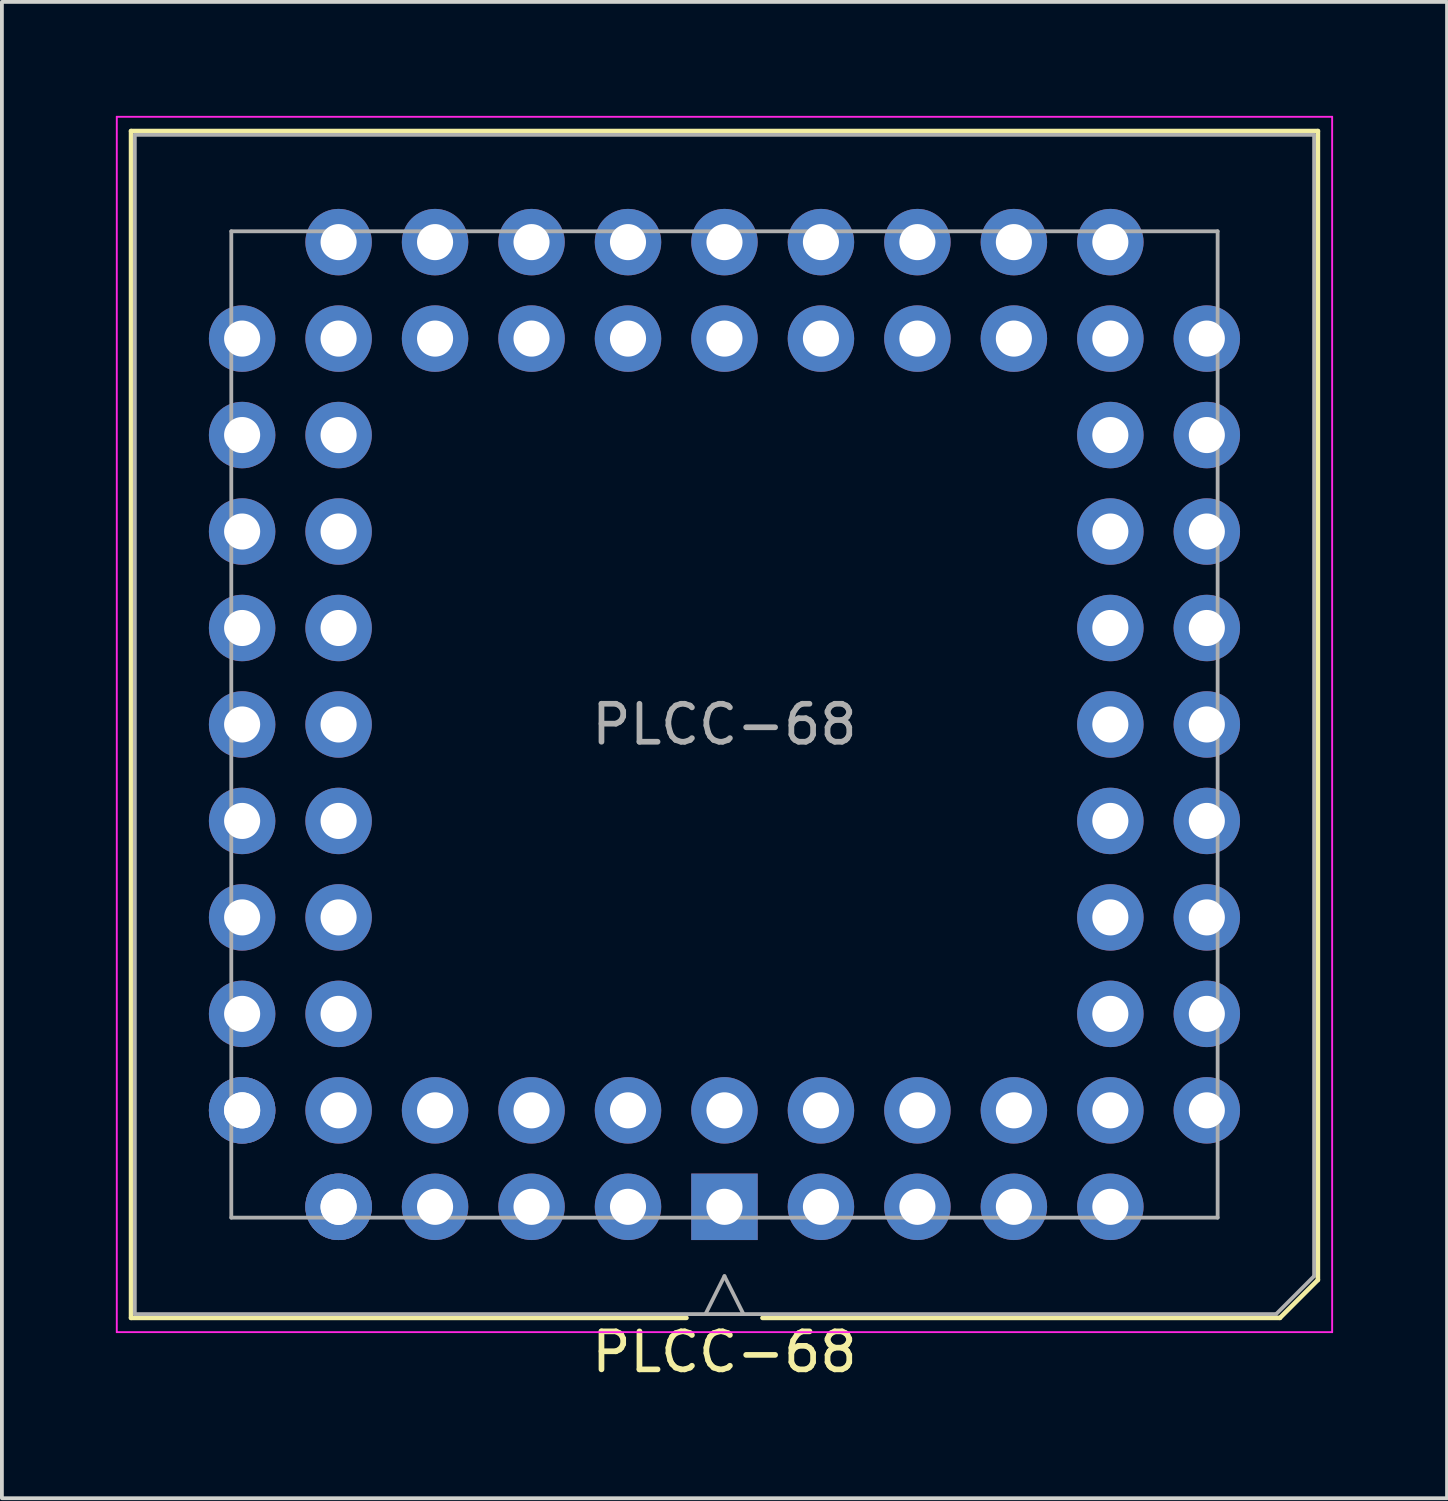
<source format=kicad_pcb>
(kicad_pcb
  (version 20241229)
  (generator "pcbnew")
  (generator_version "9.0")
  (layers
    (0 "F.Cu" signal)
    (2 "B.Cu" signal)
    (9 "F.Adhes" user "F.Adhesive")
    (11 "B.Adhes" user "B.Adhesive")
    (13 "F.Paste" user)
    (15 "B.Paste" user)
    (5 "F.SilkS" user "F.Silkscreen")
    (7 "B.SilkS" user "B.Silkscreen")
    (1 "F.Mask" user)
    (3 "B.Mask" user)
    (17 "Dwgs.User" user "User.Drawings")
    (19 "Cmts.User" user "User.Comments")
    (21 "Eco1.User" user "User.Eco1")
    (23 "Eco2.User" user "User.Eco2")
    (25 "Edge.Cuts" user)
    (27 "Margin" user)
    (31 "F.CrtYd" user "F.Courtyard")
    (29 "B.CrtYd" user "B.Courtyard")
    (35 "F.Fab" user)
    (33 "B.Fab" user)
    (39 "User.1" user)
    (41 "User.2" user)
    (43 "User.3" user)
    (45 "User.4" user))
  (footprint "PLCC-68"
    (layer "F.Cu")
    (at 16.025 28.725)
    (property "Reference" "PLCC-68" (at 0 3.825 180) (layer "F.SilkS") (effects (font (size 1 1) (thickness 0.15))))
    (attr through_hole)
    (fp_line (start -15.625 -28.325) (end -15.625 2.925) (stroke (width 0.12) (type solid)) (layer "F.SilkS"))
    (fp_line (start -15.625 2.925) (end -1 2.925) (stroke (width 0.12) (type solid)) (layer "F.SilkS"))
    (fp_line (start 1 2.925) (end 14.625 2.925) (stroke (width 0.12) (type solid)) (layer "F.SilkS"))
    (fp_line (start 14.625 2.925) (end 15.625 1.925) (stroke (width 0.12) (type solid)) (layer "F.SilkS"))
    (fp_line (start 15.625 -28.325) (end -15.625 -28.325) (stroke (width 0.12) (type solid)) (layer "F.SilkS"))
    (fp_line (start 15.625 1.925) (end 15.625 -28.325) (stroke (width 0.12) (type solid)) (layer "F.SilkS"))
    (fp_line (start -16 -28.7) (end -16 3.3) (stroke (width 0.05) (type solid)) (layer "F.CrtYd"))
    (fp_line (start -16 3.3) (end 16 3.3) (stroke (width 0.05) (type solid)) (layer "F.CrtYd"))
    (fp_line (start 16 -28.7) (end -16 -28.7) (stroke (width 0.05) (type solid)) (layer "F.CrtYd"))
    (fp_line (start 16 3.3) (end 16 -28.7) (stroke (width 0.05) (type solid)) (layer "F.CrtYd"))
    (fp_line (start -15.525 -28.225) (end -15.525 2.825) (stroke (width 0.1) (type solid)) (layer "F.Fab"))
    (fp_line (start -15.525 2.825) (end 14.525 2.825) (stroke (width 0.1) (type solid)) (layer "F.Fab"))
    (fp_line (start -12.985 -25.685) (end -12.985 0.285) (stroke (width 0.1) (type solid)) (layer "F.Fab"))
    (fp_line (start -12.985 0.285) (end 12.985 0.285) (stroke (width 0.1) (type solid)) (layer "F.Fab"))
    (fp_line (start 0 1.825) (end -0.5 2.825) (stroke (width 0.1) (type solid)) (layer "F.Fab"))
    (fp_line (start 0.5 2.825) (end 0 1.825) (stroke (width 0.1) (type solid)) (layer "F.Fab"))
    (fp_line (start 12.985 -25.685) (end -12.985 -25.685) (stroke (width 0.1) (type solid)) (layer "F.Fab"))
    (fp_line (start 12.985 0.285) (end 12.985 -25.685) (stroke (width 0.1) (type solid)) (layer "F.Fab"))
    (fp_line (start 14.525 2.825) (end 15.525 1.825) (stroke (width 0.1) (type solid)) (layer "F.Fab"))
    (fp_line (start 15.525 -28.225) (end -15.525 -28.225) (stroke (width 0.1) (type solid)) (layer "F.Fab"))
    (fp_line (start 15.525 1.825) (end 15.525 -28.225) (stroke (width 0.1) (type solid)) (layer "F.Fab"))
    (fp_text user "${REFERENCE}" (at 0 -12.7 180) (layer "F.Fab") (effects (font (size 1 1) (thickness 0.15))))
    (pad "1" thru_hole rect (at 0 0 180) (size 1.75 1.75) (drill 0.95) (layers "*.Cu" "*.Mask"))
    (pad "2" thru_hole circle (at 0 -2.54 180) (size 1.75 1.75) (drill 0.95) (layers "*.Cu" "*.Mask"))
    (pad "3" thru_hole circle (at 2.54 0 180) (size 1.75 1.75) (drill 0.95) (layers "*.Cu" "*.Mask"))
    (pad "4" thru_hole circle (at 2.54 -2.54 180) (size 1.75 1.75) (drill 0.95) (layers "*.Cu" "*.Mask"))
    (pad "5" thru_hole circle (at 5.08 0 180) (size 1.75 1.75) (drill 0.95) (layers "*.Cu" "*.Mask"))
    (pad "6" thru_hole circle (at 5.08 -2.54 180) (size 1.75 1.75) (drill 0.95) (layers "*.Cu" "*.Mask"))
    (pad "7" thru_hole circle (at 7.62 0 180) (size 1.75 1.75) (drill 0.95) (layers "*.Cu" "*.Mask"))
    (pad "8" thru_hole circle (at 7.62 -2.54 180) (size 1.75 1.75) (drill 0.95) (layers "*.Cu" "*.Mask"))
    (pad "9" thru_hole circle (at 10.16 0 180) (size 1.75 1.75) (drill 0.95) (layers "*.Cu" "*.Mask"))
    (pad "10" thru_hole circle (at 12.7 -2.54 180) (size 1.75 1.75) (drill 0.95) (layers "*.Cu" "*.Mask"))
    (pad "11" thru_hole circle (at 10.16 -2.54 180) (size 1.75 1.75) (drill 0.95) (layers "*.Cu" "*.Mask"))
    (pad "12" thru_hole circle (at 12.7 -5.08 180) (size 1.75 1.75) (drill 0.95) (layers "*.Cu" "*.Mask"))
    (pad "13" thru_hole circle (at 10.16 -5.08 180) (size 1.75 1.75) (drill 0.95) (layers "*.Cu" "*.Mask"))
    (pad "14" thru_hole circle (at 12.7 -7.62 180) (size 1.75 1.75) (drill 0.95) (layers "*.Cu" "*.Mask"))
    (pad "15" thru_hole circle (at 10.16 -7.62 180) (size 1.75 1.75) (drill 0.95) (layers "*.Cu" "*.Mask"))
    (pad "16" thru_hole circle (at 12.7 -10.16 180) (size 1.75 1.75) (drill 0.95) (layers "*.Cu" "*.Mask"))
    (pad "17" thru_hole circle (at 10.16 -10.16 180) (size 1.75 1.75) (drill 0.95) (layers "*.Cu" "*.Mask"))
    (pad "18" thru_hole circle (at 12.7 -12.7 180) (size 1.75 1.75) (drill 0.95) (layers "*.Cu" "*.Mask"))
    (pad "19" thru_hole circle (at 10.16 -12.7 180) (size 1.75 1.75) (drill 0.95) (layers "*.Cu" "*.Mask"))
    (pad "20" thru_hole circle (at 12.7 -15.24 180) (size 1.75 1.75) (drill 0.95) (layers "*.Cu" "*.Mask"))
    (pad "21" thru_hole circle (at 10.16 -15.24 180) (size 1.75 1.75) (drill 0.95) (layers "*.Cu" "*.Mask"))
    (pad "22" thru_hole circle (at 12.7 -17.78 180) (size 1.75 1.75) (drill 0.95) (layers "*.Cu" "*.Mask"))
    (pad "23" thru_hole circle (at 10.16 -17.78 180) (size 1.75 1.75) (drill 0.95) (layers "*.Cu" "*.Mask"))
    (pad "24" thru_hole circle (at 12.7 -20.32 180) (size 1.75 1.75) (drill 0.95) (layers "*.Cu" "*.Mask"))
    (pad "25" thru_hole circle (at 10.16 -20.32 180) (size 1.75 1.75) (drill 0.95) (layers "*.Cu" "*.Mask"))
    (pad "26" thru_hole circle (at 12.7 -22.86 180) (size 1.75 1.75) (drill 0.95) (layers "*.Cu" "*.Mask"))
    (pad "27" thru_hole circle (at 10.16 -25.4 180) (size 1.75 1.75) (drill 0.95) (layers "*.Cu" "*.Mask"))
    (pad "28" thru_hole circle (at 10.16 -22.86 180) (size 1.75 1.75) (drill 0.95) (layers "*.Cu" "*.Mask"))
    (pad "29" thru_hole circle (at 7.62 -25.4 180) (size 1.75 1.75) (drill 0.95) (layers "*.Cu" "*.Mask"))
    (pad "30" thru_hole circle (at 7.62 -22.86 180) (size 1.75 1.75) (drill 0.95) (layers "*.Cu" "*.Mask"))
    (pad "31" thru_hole circle (at 5.08 -25.4 180) (size 1.75 1.75) (drill 0.95) (layers "*.Cu" "*.Mask"))
    (pad "32" thru_hole circle (at 5.08 -22.86 180) (size 1.75 1.75) (drill 0.95) (layers "*.Cu" "*.Mask"))
    (pad "33" thru_hole circle (at 2.54 -25.4 180) (size 1.75 1.75) (drill 0.95) (layers "*.Cu" "*.Mask"))
    (pad "34" thru_hole circle (at 2.54 -22.86 180) (size 1.75 1.75) (drill 0.95) (layers "*.Cu" "*.Mask"))
    (pad "35" thru_hole circle (at 0 -25.4 180) (size 1.75 1.75) (drill 0.95) (layers "*.Cu" "*.Mask"))
    (pad "36" thru_hole circle (at 0 -22.86 180) (size 1.75 1.75) (drill 0.95) (layers "*.Cu" "*.Mask"))
    (pad "37" thru_hole circle (at -2.54 -25.4 180) (size 1.75 1.75) (drill 0.95) (layers "*.Cu" "*.Mask"))
    (pad "38" thru_hole circle (at -2.54 -22.86 180) (size 1.75 1.75) (drill 0.95) (layers "*.Cu" "*.Mask"))
    (pad "39" thru_hole circle (at -5.08 -25.4 180) (size 1.75 1.75) (drill 0.95) (layers "*.Cu" "*.Mask"))
    (pad "40" thru_hole circle (at -5.08 -22.86 180) (size 1.75 1.75) (drill 0.95) (layers "*.Cu" "*.Mask"))
    (pad "41" thru_hole circle (at -7.62 -25.4 180) (size 1.75 1.75) (drill 0.95) (layers "*.Cu" "*.Mask"))
    (pad "42" thru_hole circle (at -7.62 -22.86 180) (size 1.75 1.75) (drill 0.95) (layers "*.Cu" "*.Mask"))
    (pad "43" thru_hole circle (at -10.16 -25.4 180) (size 1.75 1.75) (drill 0.95) (layers "*.Cu" "*.Mask"))
    (pad "44" thru_hole circle (at -12.7 -22.86 180) (size 1.75 1.75) (drill 0.95) (layers "*.Cu" "*.Mask"))
    (pad "45" thru_hole circle (at -10.16 -22.86 180) (size 1.75 1.75) (drill 0.95) (layers "*.Cu" "*.Mask"))
    (pad "46" thru_hole circle (at -12.7 -20.32 180) (size 1.75 1.75) (drill 0.95) (layers "*.Cu" "*.Mask"))
    (pad "47" thru_hole circle (at -10.16 -20.32 180) (size 1.75 1.75) (drill 0.95) (layers "*.Cu" "*.Mask"))
    (pad "48" thru_hole circle (at -12.7 -17.78 180) (size 1.75 1.75) (drill 0.95) (layers "*.Cu" "*.Mask"))
    (pad "49" thru_hole circle (at -10.16 -17.78 180) (size 1.75 1.75) (drill 0.95) (layers "*.Cu" "*.Mask"))
    (pad "50" thru_hole circle (at -12.7 -15.24 180) (size 1.75 1.75) (drill 0.95) (layers "*.Cu" "*.Mask"))
    (pad "51" thru_hole circle (at -10.16 -15.24 180) (size 1.75 1.75) (drill 0.95) (layers "*.Cu" "*.Mask"))
    (pad "52" thru_hole circle (at -12.7 -12.7 180) (size 1.75 1.75) (drill 0.95) (layers "*.Cu" "*.Mask"))
    (pad "53" thru_hole circle (at -10.16 -12.7 180) (size 1.75 1.75) (drill 0.95) (layers "*.Cu" "*.Mask"))
    (pad "54" thru_hole circle (at -12.7 -10.16 180) (size 1.75 1.75) (drill 0.95) (layers "*.Cu" "*.Mask"))
    (pad "55" thru_hole circle (at -10.16 -10.16 180) (size 1.75 1.75) (drill 0.95) (layers "*.Cu" "*.Mask"))
    (pad "56" thru_hole circle (at -12.7 -7.62 180) (size 1.75 1.75) (drill 0.95) (layers "*.Cu" "*.Mask"))
    (pad "57" thru_hole circle (at -10.16 -7.62 180) (size 1.75 1.75) (drill 0.95) (layers "*.Cu" "*.Mask"))
    (pad "58" thru_hole circle (at -12.7 -5.08 180) (size 1.75 1.75) (drill 0.95) (layers "*.Cu" "*.Mask"))
    (pad "59" thru_hole circle (at -10.16 -5.08 180) (size 1.75 1.75) (drill 0.95) (layers "*.Cu" "*.Mask"))
    (pad "60" thru_hole circle (at -12.7 -2.54 180) (size 1.75 1.75) (drill 0.95) (layers "*.Cu" "*.Mask"))
    (pad "60" thru_hole circle (at -12.7 -2.54 180) (size 1.75 1.75) (drill 0.95) (layers "*.Cu" "*.Mask"))
    (pad "61" thru_hole circle (at -10.16 0 180) (size 1.75 1.75) (drill 0.95) (layers "*.Cu" "*.Mask"))
    (pad "61" thru_hole circle (at -10.16 0 180) (size 1.75 1.75) (drill 0.95) (layers "*.Cu" "*.Mask"))
    (pad "62" thru_hole circle (at -10.16 -2.54 180) (size 1.75 1.75) (drill 0.95) (layers "*.Cu" "*.Mask"))
    (pad "63" thru_hole circle (at -7.62 0 180) (size 1.75 1.75) (drill 0.95) (layers "*.Cu" "*.Mask"))
    (pad "64" thru_hole circle (at -7.62 -2.54 180) (size 1.75 1.75) (drill 0.95) (layers "*.Cu" "*.Mask"))
    (pad "65" thru_hole circle (at -5.08 0 180) (size 1.75 1.75) (drill 0.95) (layers "*.Cu" "*.Mask"))
    (pad "66" thru_hole circle (at -5.08 -2.54 180) (size 1.75 1.75) (drill 0.95) (layers "*.Cu" "*.Mask"))
    (pad "67" thru_hole circle (at -2.54 0 180) (size 1.75 1.75) (drill 0.95) (layers "*.Cu" "*.Mask"))
    (pad "68" thru_hole circle (at -2.54 -2.54 180) (size 1.75 1.75) (drill 0.95) (layers "*.Cu" "*.Mask")))
  (gr_rect
    (start -3 -3)
    (end 35.05 36.398)
    (stroke (width 0.1) (type default))
    (fill no)
    (layer "Edge.Cuts")))
</source>
